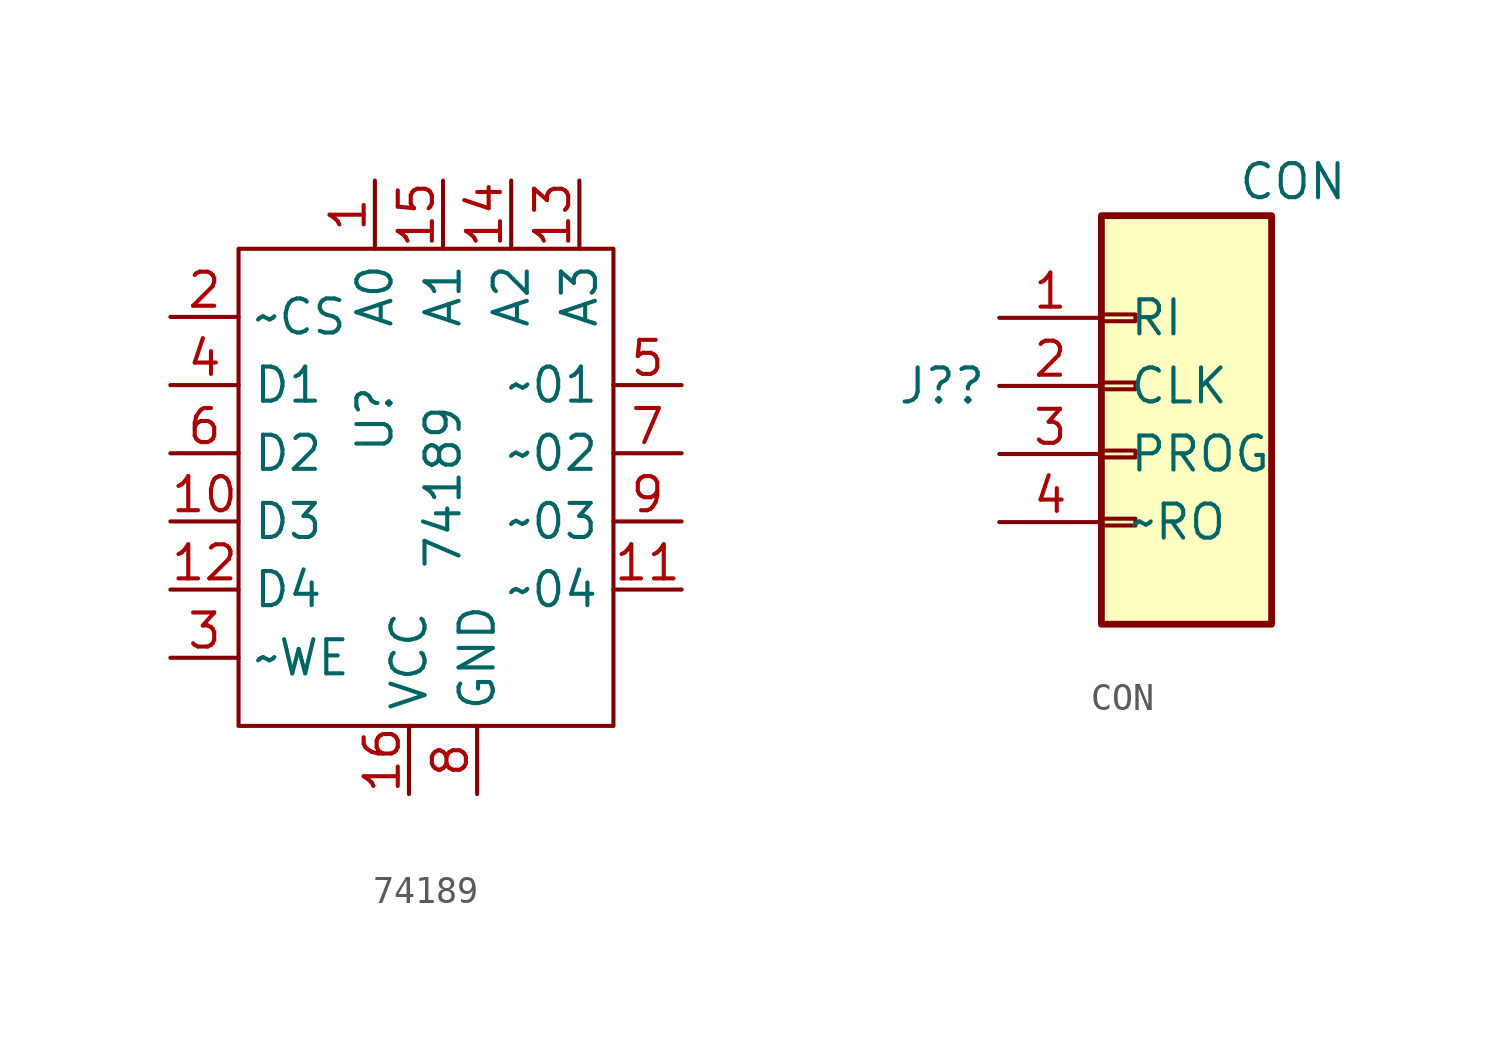
<source format=kicad_sym>
(kicad_symbol_lib
  (version 20211014)
  (generator kicad_symbol_editor)
  (symbol "74189"
    (property "Reference" "U"
      (at 0 -8.89 90)
      (effects (font (size 1.27 1.27))))
    (property "Value" "74189"
      (at 2.54 -11.43 90)
      (effects (font (size 1.27 1.27))))
    (symbol "74189_0_1"
      (rectangle (start -5.08 -2.54) (end 8.89 -20.32) (stroke (width 0) (type default) (color 0 0 0 0)) (fill (type none))))
    (symbol "74189_1_0"
      (pin output line (at 0 0 270) (length 2.54) (name "A0" (effects (font (size 1.27 1.27)))) (number "1" (effects (font (size 1.27 1.27)))))
      (pin output line (at 7.62 0 270) (length 2.54) (name "A3" (effects (font (size 1.27 1.27)))) (number "13" (effects (font (size 1.27 1.27)))))
      (pin output line (at 5.08 0 270) (length 2.54) (name "A2" (effects (font (size 1.27 1.27)))) (number "14" (effects (font (size 1.27 1.27)))))
      (pin output line (at 2.54 0 270) (length 2.54) (name "A1" (effects (font (size 1.27 1.27)))) (number "15" (effects (font (size 1.27 1.27)))))
      (pin input line (at 1.27 -22.86 90) (length 2.54) (name "VCC" (effects (font (size 1.27 1.27)))) (number "16" (effects (font (size 1.27 1.27)))))
      (pin input line (at 3.81 -22.86 90) (length 2.54) (name "GND" (effects (font (size 1.27 1.27)))) (number "8" (effects (font (size 1.27 1.27))))))
    (symbol "74189_1_1"
      (pin input line (at -7.62 -12.7 0) (length 2.54) (name "D3" (effects (font (size 1.27 1.27)))) (number "10" (effects (font (size 1.27 1.27)))))
      (pin output line (at 11.43 -15.24 180) (length 2.54) (name "~04" (effects (font (size 1.27 1.27)))) (number "11" (effects (font (size 1.27 1.27)))))
      (pin input line (at -7.62 -15.24 0) (length 2.54) (name "D4" (effects (font (size 1.27 1.27)))) (number "12" (effects (font (size 1.27 1.27)))))
      (pin input line (at -7.62 -5.08 0) (length 2.54) (name "~CS" (effects (font (size 1.27 1.27)))) (number "2" (effects (font (size 1.27 1.27)))))
      (pin input line (at -7.62 -17.78 0) (length 2.54) (name "~WE" (effects (font (size 1.27 1.27)))) (number "3" (effects (font (size 1.27 1.27)))))
      (pin input line (at -7.62 -7.62 0) (length 2.54) (name "D1" (effects (font (size 1.27 1.27)))) (number "4" (effects (font (size 1.27 1.27)))))
      (pin output line (at 11.43 -7.62 180) (length 2.54) (name "~01" (effects (font (size 1.27 1.27)))) (number "5" (effects (font (size 1.27 1.27)))))
      (pin input line (at -7.62 -10.16 0) (length 2.54) (name "D2" (effects (font (size 1.27 1.27)))) (number "6" (effects (font (size 1.27 1.27)))))
      (pin output line (at 11.43 -10.16 180) (length 2.54) (name "~02" (effects (font (size 1.27 1.27)))) (number "7" (effects (font (size 1.27 1.27)))))
      (pin output line (at 11.43 -12.7 180) (length 2.54) (name "~03" (effects (font (size 1.27 1.27)))) (number "9" (effects (font (size 1.27 1.27)))))))
  (symbol "CON"
    (pin_names
      (offset 1.016))
    (property "Reference" "J?"
      (at -8.89 0 0)
      (effects (font (size 1.27 1.27)) (justify left)))
    (property "Value" "CON"
      (at 3.81 7.62 0)
      (effects (font (size 1.27 1.27)) (justify left)))
    (symbol "CON_1_1"
      (rectangle (start -1.27 -4.953) (end 0 -5.207) (stroke (width 0.152) (type default) (color 0 0 0 0)) (fill (type none)))
      (rectangle (start -1.27 -2.413) (end 0 -2.667) (stroke (width 0.152) (type default) (color 0 0 0 0)) (fill (type none)))
      (rectangle (start -1.27 0.127) (end 0 -0.127) (stroke (width 0.152) (type default) (color 0 0 0 0)) (fill (type none)))
      (rectangle (start -1.27 2.667) (end 0 2.413) (stroke (width 0.152) (type default) (color 0 0 0 0)) (fill (type none)))
      (rectangle (start -1.27 6.35) (end 5.08 -8.89) (stroke (width 0.254) (type default) (color 0 0 0 0)) (fill (type background)))
      (pin passive line (at -5.08 2.54 0) (length 3.81) (name "RI" (effects (font (size 1.27 1.27)))) (number "1" (effects (font (size 1.27 1.27)))))
      (pin passive line (at -5.08 0 0) (length 3.81) (name "CLK" (effects (font (size 1.27 1.27)))) (number "2" (effects (font (size 1.27 1.27)))))
      (pin passive line (at -5.08 -2.54 0) (length 3.81) (name "PROG" (effects (font (size 1.27 1.27)))) (number "3" (effects (font (size 1.27 1.27)))))
      (pin passive line (at -5.08 -5.08 0) (length 3.81) (name "~RO" (effects (font (size 1.27 1.27)))) (number "4" (effects (font (size 1.27 1.27))))))))
</source>
